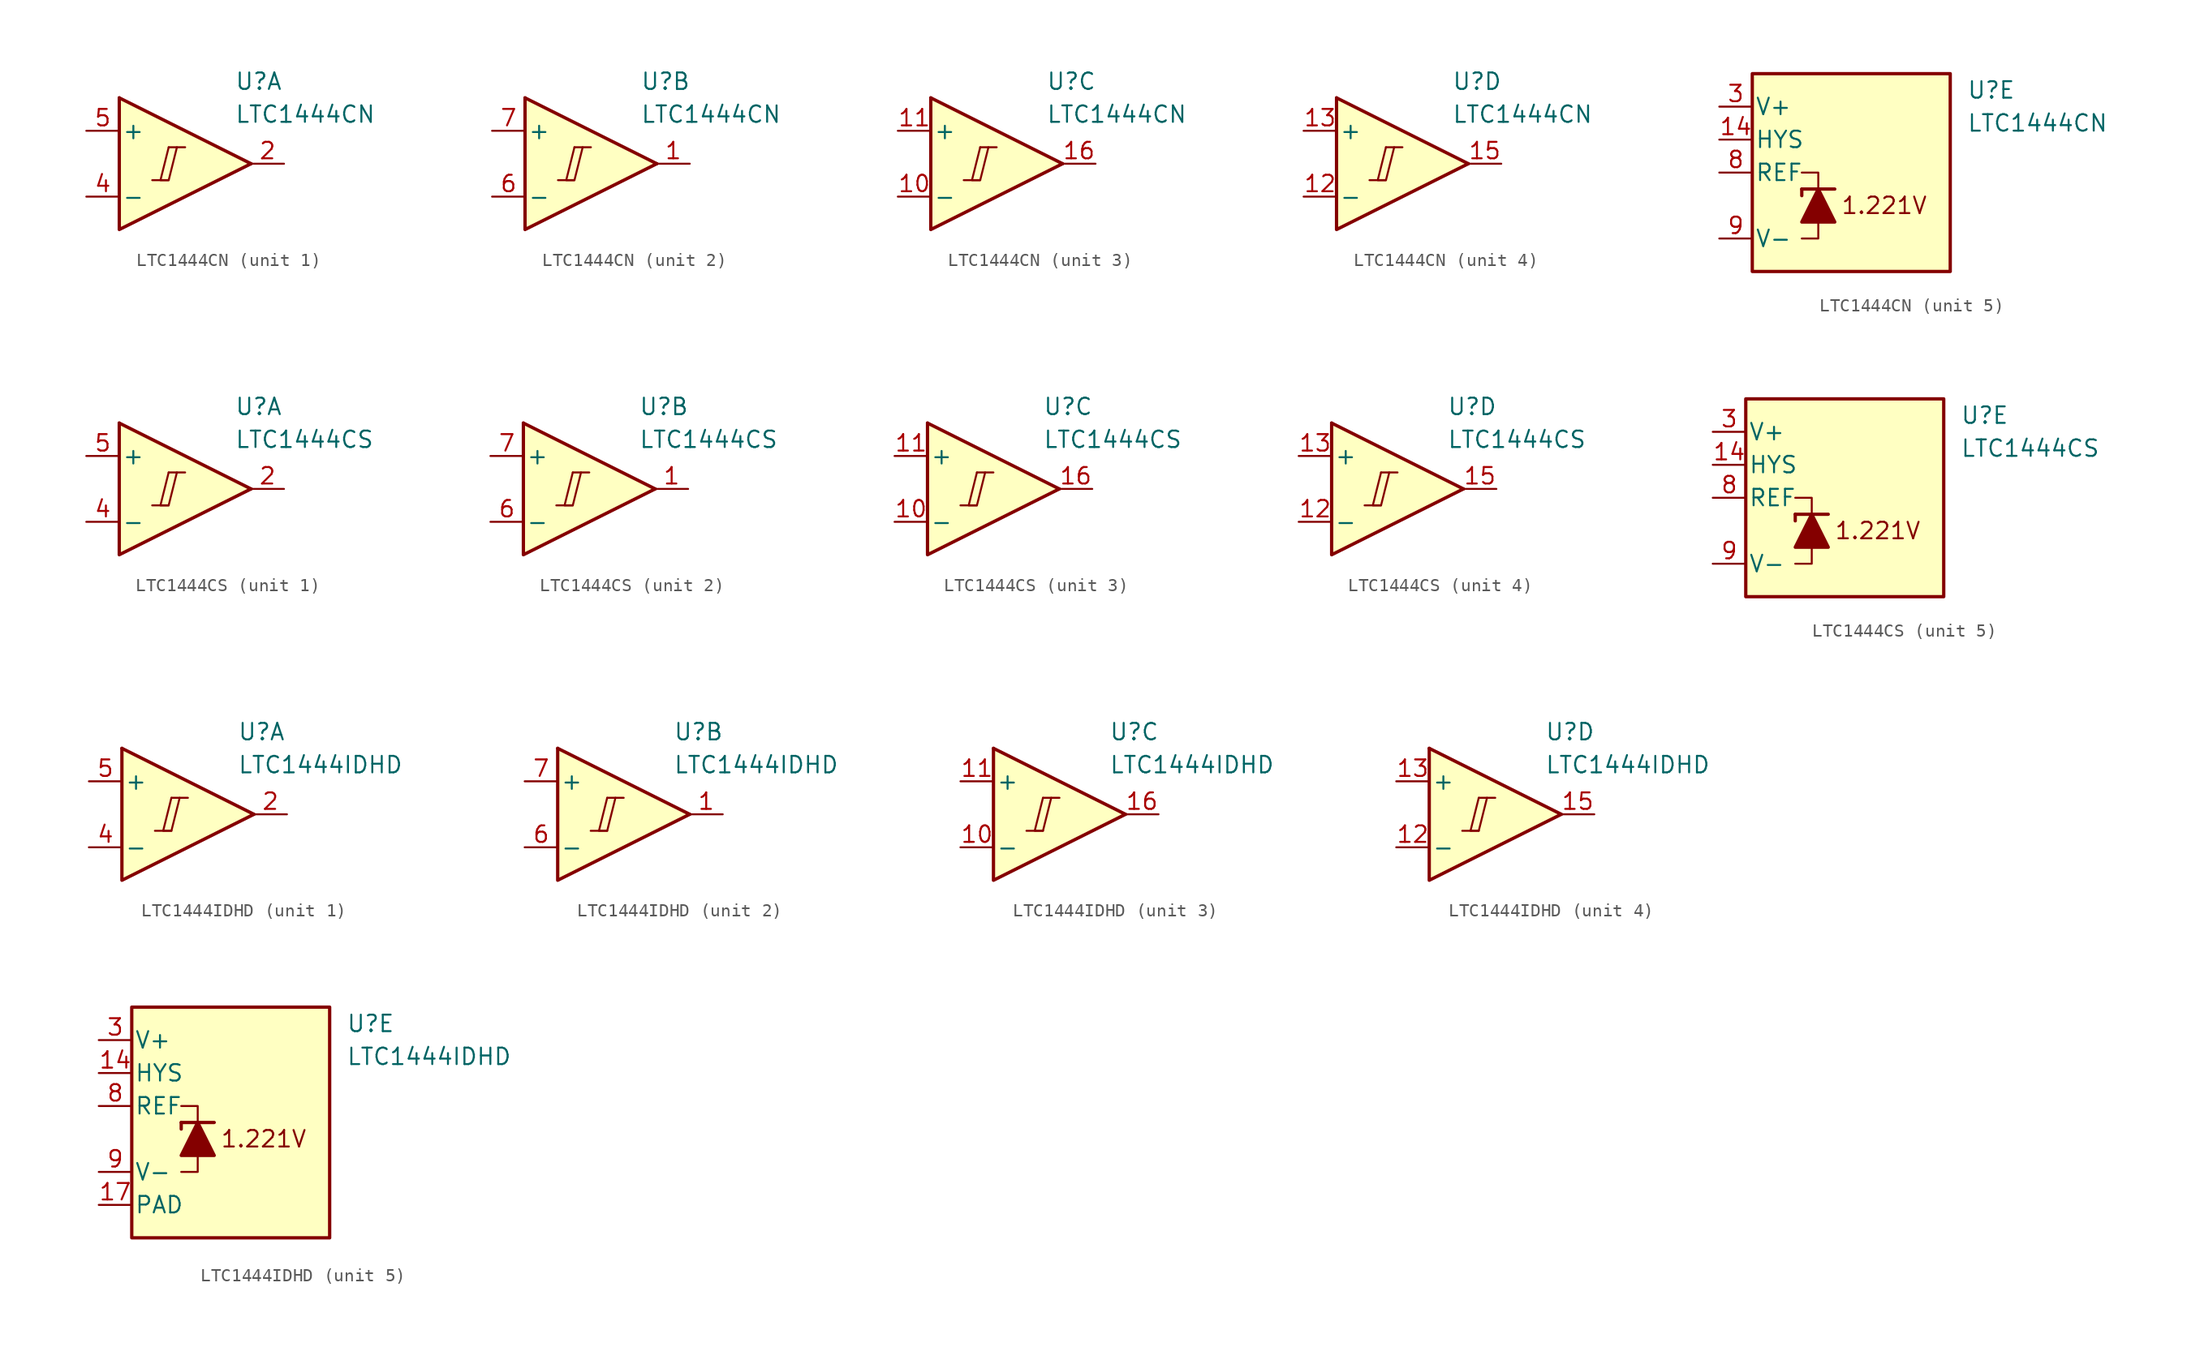
<source format=kicad_sym>
(kicad_symbol_lib
  (version 20231120)
  (generator "kicad_symbol_editor")
  (generator_version "8.0")
  (symbol "LTC1444CN"
    (pin_names
      (offset 0.2))
    (property "Reference" "U"
      (at 5.08 6.35 0)
      (effects (font (size 1.27 1.27)) (justify left)))
    (property "Value" "LTC1444CN"
      (at 5.08 3.81 0)
      (effects (font (size 1.27 1.27)) (justify left)))
    (property "ki_locked" ""
      (at 0 0 0)
      (effects (font (size 1.27 1.27))))
    (symbol "LTC1444CN_1_0"
      (polyline (pts (xy -1.27 -1.27) (xy 0 -1.27)) (stroke (width 0.152) (type default)) (fill (type none)))
      (polyline (pts (xy 0 1.27) (xy 1.27 1.27)) (stroke (width 0.152) (type default)) (fill (type none)))
      (polyline (pts (xy 0 1.27) (xy -0.635 -1.27) (xy 0 -1.27) (xy 0.635 1.27)) (stroke (width 0.152) (type default)) (fill (type none))))
    (symbol "LTC1444CN_1_1"
      (polyline (pts (xy -3.81 5.08) (xy 6.35 0)) (stroke (width 0.254) (type default)) (fill (type none)))
      (polyline (pts (xy -3.81 5.08) (xy -3.81 -5.08) (xy 6.35 0)) (stroke (width 0.254) (type default)) (fill (type background)))
      (pin output line (at 8.89 0 180) (length 2.54) (name "~" (effects (font (size 1.27 1.27)))) (number "2" (effects (font (size 1.27 1.27)))))
      (pin input line (at -6.35 -2.54 0) (length 2.54) (name "-" (effects (font (size 1.27 1.27)))) (number "4" (effects (font (size 1.27 1.27)))))
      (pin input line (at -6.35 2.54 0) (length 2.54) (name "+" (effects (font (size 1.27 1.27)))) (number "5" (effects (font (size 1.27 1.27))))))
    (symbol "LTC1444CN_2_0"
      (polyline (pts (xy -1.27 -1.27) (xy 0 -1.27)) (stroke (width 0.152) (type default)) (fill (type none)))
      (polyline (pts (xy 0 1.27) (xy 1.27 1.27)) (stroke (width 0.152) (type default)) (fill (type none)))
      (polyline (pts (xy 0 1.27) (xy -0.635 -1.27) (xy 0 -1.27) (xy 0.635 1.27)) (stroke (width 0.152) (type default)) (fill (type none))))
    (symbol "LTC1444CN_2_1"
      (polyline (pts (xy -3.81 5.08) (xy 6.35 0)) (stroke (width 0.254) (type default)) (fill (type none)))
      (polyline (pts (xy -3.81 5.08) (xy -3.81 -5.08) (xy 6.35 0)) (stroke (width 0.254) (type default)) (fill (type background)))
      (pin output line (at 8.89 0 180) (length 2.54) (name "~" (effects (font (size 1.27 1.27)))) (number "1" (effects (font (size 1.27 1.27)))))
      (pin input line (at -6.35 -2.54 0) (length 2.54) (name "-" (effects (font (size 1.27 1.27)))) (number "6" (effects (font (size 1.27 1.27)))))
      (pin input line (at -6.35 2.54 0) (length 2.54) (name "+" (effects (font (size 1.27 1.27)))) (number "7" (effects (font (size 1.27 1.27))))))
    (symbol "LTC1444CN_3_0"
      (polyline (pts (xy -1.27 -1.27) (xy 0 -1.27)) (stroke (width 0.152) (type default)) (fill (type none)))
      (polyline (pts (xy 0 1.27) (xy 1.27 1.27)) (stroke (width 0.152) (type default)) (fill (type none)))
      (polyline (pts (xy 0 1.27) (xy -0.635 -1.27) (xy 0 -1.27) (xy 0.635 1.27)) (stroke (width 0.152) (type default)) (fill (type none))))
    (symbol "LTC1444CN_3_1"
      (polyline (pts (xy -3.81 5.08) (xy 6.35 0)) (stroke (width 0.254) (type default)) (fill (type none)))
      (polyline (pts (xy -3.81 5.08) (xy -3.81 -5.08) (xy 6.35 0)) (stroke (width 0.254) (type default)) (fill (type background)))
      (pin input line (at -6.35 -2.54 0) (length 2.54) (name "-" (effects (font (size 1.27 1.27)))) (number "10" (effects (font (size 1.27 1.27)))))
      (pin input line (at -6.35 2.54 0) (length 2.54) (name "+" (effects (font (size 1.27 1.27)))) (number "11" (effects (font (size 1.27 1.27)))))
      (pin output line (at 8.89 0 180) (length 2.54) (name "~" (effects (font (size 1.27 1.27)))) (number "16" (effects (font (size 1.27 1.27))))))
    (symbol "LTC1444CN_4_0"
      (polyline (pts (xy -1.27 -1.27) (xy 0 -1.27)) (stroke (width 0.152) (type default)) (fill (type none)))
      (polyline (pts (xy 0 1.27) (xy 1.27 1.27)) (stroke (width 0.152) (type default)) (fill (type none)))
      (polyline (pts (xy 0 1.27) (xy -0.635 -1.27) (xy 0 -1.27) (xy 0.635 1.27)) (stroke (width 0.152) (type default)) (fill (type none))))
    (symbol "LTC1444CN_4_1"
      (polyline (pts (xy -3.81 5.08) (xy 6.35 0)) (stroke (width 0.254) (type default)) (fill (type none)))
      (polyline (pts (xy -3.81 5.08) (xy -3.81 -5.08) (xy 6.35 0)) (stroke (width 0.254) (type default)) (fill (type background)))
      (pin input line (at -6.35 -2.54 0) (length 2.54) (name "-" (effects (font (size 1.27 1.27)))) (number "12" (effects (font (size 1.27 1.27)))))
      (pin input line (at -6.35 2.54 0) (length 2.54) (name "+" (effects (font (size 1.27 1.27)))) (number "13" (effects (font (size 1.27 1.27)))))
      (pin output line (at 8.89 0 180) (length 2.54) (name "~" (effects (font (size 1.27 1.27)))) (number "15" (effects (font (size 1.27 1.27))))))
    (symbol "LTC1444CN_5_0"
      (text "1.221V" (at -1.27 -2.54 0) (effects (font (size 1.27 1.27)))))
    (symbol "LTC1444CN_5_1"
      (rectangle (start -11.43 7.62) (end 3.81 -7.62) (stroke (width 0.254) (type default)) (fill (type background)))
      (polyline (pts (xy -7.62 -1.27) (xy -7.62 -1.778)) (stroke (width 0.254) (type default)) (fill (type none)))
      (polyline (pts (xy -7.62 -1.27) (xy -5.08 -1.27)) (stroke (width 0.254) (type default)) (fill (type none)))
      (polyline (pts (xy -6.35 -3.81) (xy -6.35 -5.08) (xy -7.62 -5.08)) (stroke (width 0) (type default)) (fill (type none)))
      (polyline (pts (xy -6.35 -1.27) (xy -6.35 0) (xy -7.62 0)) (stroke (width 0) (type default)) (fill (type none)))
      (polyline (pts (xy -5.08 -3.81) (xy -7.62 -3.81) (xy -6.35 -1.27) (xy -5.08 -3.81)) (stroke (width 0.254) (type default)) (fill (type outline)))
      (pin input line (at -13.97 2.54 0) (length 2.54) (name "HYS" (effects (font (size 1.27 1.27)))) (number "14" (effects (font (size 1.27 1.27)))))
      (pin power_in line (at -13.97 5.08 0) (length 2.54) (name "V+" (effects (font (size 1.27 1.27)))) (number "3" (effects (font (size 1.27 1.27)))))
      (pin output line (at -13.97 0 0) (length 2.54) (name "REF" (effects (font (size 1.27 1.27)))) (number "8" (effects (font (size 1.27 1.27)))))
      (pin power_in line (at -13.97 -5.08 0) (length 2.54) (name "V-" (effects (font (size 1.27 1.27)))) (number "9" (effects (font (size 1.27 1.27)))))))
  (symbol "LTC1444CS"
    (pin_names
      (offset 0.2))
    (property "Reference" "U"
      (at 5.08 6.35 0)
      (effects (font (size 1.27 1.27)) (justify left)))
    (property "Value" "LTC1444CS"
      (at 5.08 3.81 0)
      (effects (font (size 1.27 1.27)) (justify left)))
    (property "ki_locked" ""
      (at 0 0 0)
      (effects (font (size 1.27 1.27))))
    (symbol "LTC1444CS_1_0"
      (polyline (pts (xy -1.27 -1.27) (xy 0 -1.27)) (stroke (width 0.152) (type default)) (fill (type none)))
      (polyline (pts (xy 0 1.27) (xy 1.27 1.27)) (stroke (width 0.152) (type default)) (fill (type none)))
      (polyline (pts (xy 0 1.27) (xy -0.635 -1.27) (xy 0 -1.27) (xy 0.635 1.27)) (stroke (width 0.152) (type default)) (fill (type none))))
    (symbol "LTC1444CS_1_1"
      (polyline (pts (xy -3.81 5.08) (xy 6.35 0)) (stroke (width 0.254) (type default)) (fill (type none)))
      (polyline (pts (xy -3.81 5.08) (xy -3.81 -5.08) (xy 6.35 0)) (stroke (width 0.254) (type default)) (fill (type background)))
      (pin output line (at 8.89 0 180) (length 2.54) (name "~" (effects (font (size 1.27 1.27)))) (number "2" (effects (font (size 1.27 1.27)))))
      (pin input line (at -6.35 -2.54 0) (length 2.54) (name "-" (effects (font (size 1.27 1.27)))) (number "4" (effects (font (size 1.27 1.27)))))
      (pin input line (at -6.35 2.54 0) (length 2.54) (name "+" (effects (font (size 1.27 1.27)))) (number "5" (effects (font (size 1.27 1.27))))))
    (symbol "LTC1444CS_2_0"
      (polyline (pts (xy -1.27 -1.27) (xy 0 -1.27)) (stroke (width 0.152) (type default)) (fill (type none)))
      (polyline (pts (xy 0 1.27) (xy 1.27 1.27)) (stroke (width 0.152) (type default)) (fill (type none)))
      (polyline (pts (xy 0 1.27) (xy -0.635 -1.27) (xy 0 -1.27) (xy 0.635 1.27)) (stroke (width 0.152) (type default)) (fill (type none))))
    (symbol "LTC1444CS_2_1"
      (polyline (pts (xy -3.81 5.08) (xy 6.35 0)) (stroke (width 0.254) (type default)) (fill (type none)))
      (polyline (pts (xy -3.81 5.08) (xy -3.81 -5.08) (xy 6.35 0)) (stroke (width 0.254) (type default)) (fill (type background)))
      (pin output line (at 8.89 0 180) (length 2.54) (name "~" (effects (font (size 1.27 1.27)))) (number "1" (effects (font (size 1.27 1.27)))))
      (pin input line (at -6.35 -2.54 0) (length 2.54) (name "-" (effects (font (size 1.27 1.27)))) (number "6" (effects (font (size 1.27 1.27)))))
      (pin input line (at -6.35 2.54 0) (length 2.54) (name "+" (effects (font (size 1.27 1.27)))) (number "7" (effects (font (size 1.27 1.27))))))
    (symbol "LTC1444CS_3_0"
      (polyline (pts (xy -1.27 -1.27) (xy 0 -1.27)) (stroke (width 0.152) (type default)) (fill (type none)))
      (polyline (pts (xy 0 1.27) (xy 1.27 1.27)) (stroke (width 0.152) (type default)) (fill (type none)))
      (polyline (pts (xy 0 1.27) (xy -0.635 -1.27) (xy 0 -1.27) (xy 0.635 1.27)) (stroke (width 0.152) (type default)) (fill (type none))))
    (symbol "LTC1444CS_3_1"
      (polyline (pts (xy -3.81 5.08) (xy 6.35 0)) (stroke (width 0.254) (type default)) (fill (type none)))
      (polyline (pts (xy -3.81 5.08) (xy -3.81 -5.08) (xy 6.35 0)) (stroke (width 0.254) (type default)) (fill (type background)))
      (pin input line (at -6.35 -2.54 0) (length 2.54) (name "-" (effects (font (size 1.27 1.27)))) (number "10" (effects (font (size 1.27 1.27)))))
      (pin input line (at -6.35 2.54 0) (length 2.54) (name "+" (effects (font (size 1.27 1.27)))) (number "11" (effects (font (size 1.27 1.27)))))
      (pin output line (at 8.89 0 180) (length 2.54) (name "~" (effects (font (size 1.27 1.27)))) (number "16" (effects (font (size 1.27 1.27))))))
    (symbol "LTC1444CS_4_0"
      (polyline (pts (xy -1.27 -1.27) (xy 0 -1.27)) (stroke (width 0.152) (type default)) (fill (type none)))
      (polyline (pts (xy 0 1.27) (xy 1.27 1.27)) (stroke (width 0.152) (type default)) (fill (type none)))
      (polyline (pts (xy 0 1.27) (xy -0.635 -1.27) (xy 0 -1.27) (xy 0.635 1.27)) (stroke (width 0.152) (type default)) (fill (type none))))
    (symbol "LTC1444CS_4_1"
      (polyline (pts (xy -3.81 5.08) (xy 6.35 0)) (stroke (width 0.254) (type default)) (fill (type none)))
      (polyline (pts (xy -3.81 5.08) (xy -3.81 -5.08) (xy 6.35 0)) (stroke (width 0.254) (type default)) (fill (type background)))
      (pin input line (at -6.35 -2.54 0) (length 2.54) (name "-" (effects (font (size 1.27 1.27)))) (number "12" (effects (font (size 1.27 1.27)))))
      (pin input line (at -6.35 2.54 0) (length 2.54) (name "+" (effects (font (size 1.27 1.27)))) (number "13" (effects (font (size 1.27 1.27)))))
      (pin output line (at 8.89 0 180) (length 2.54) (name "~" (effects (font (size 1.27 1.27)))) (number "15" (effects (font (size 1.27 1.27))))))
    (symbol "LTC1444CS_5_0"
      (text "1.221V" (at -1.27 -2.54 0) (effects (font (size 1.27 1.27)))))
    (symbol "LTC1444CS_5_1"
      (rectangle (start -11.43 7.62) (end 3.81 -7.62) (stroke (width 0.254) (type default)) (fill (type background)))
      (polyline (pts (xy -7.62 -1.27) (xy -7.62 -1.778)) (stroke (width 0.254) (type default)) (fill (type none)))
      (polyline (pts (xy -7.62 -1.27) (xy -5.08 -1.27)) (stroke (width 0.254) (type default)) (fill (type none)))
      (polyline (pts (xy -6.35 -3.81) (xy -6.35 -5.08) (xy -7.62 -5.08)) (stroke (width 0) (type default)) (fill (type none)))
      (polyline (pts (xy -6.35 -1.27) (xy -6.35 0) (xy -7.62 0)) (stroke (width 0) (type default)) (fill (type none)))
      (polyline (pts (xy -5.08 -3.81) (xy -7.62 -3.81) (xy -6.35 -1.27) (xy -5.08 -3.81)) (stroke (width 0.254) (type default)) (fill (type outline)))
      (pin input line (at -13.97 2.54 0) (length 2.54) (name "HYS" (effects (font (size 1.27 1.27)))) (number "14" (effects (font (size 1.27 1.27)))))
      (pin power_in line (at -13.97 5.08 0) (length 2.54) (name "V+" (effects (font (size 1.27 1.27)))) (number "3" (effects (font (size 1.27 1.27)))))
      (pin output line (at -13.97 0 0) (length 2.54) (name "REF" (effects (font (size 1.27 1.27)))) (number "8" (effects (font (size 1.27 1.27)))))
      (pin power_in line (at -13.97 -5.08 0) (length 2.54) (name "V-" (effects (font (size 1.27 1.27)))) (number "9" (effects (font (size 1.27 1.27)))))))
  (symbol "LTC1444IDHD"
    (pin_names
      (offset 0.2))
    (property "Reference" "U"
      (at 5.08 6.35 0)
      (effects (font (size 1.27 1.27)) (justify left)))
    (property "Value" "LTC1444IDHD"
      (at 5.08 3.81 0)
      (effects (font (size 1.27 1.27)) (justify left)))
    (property "ki_locked" ""
      (at 0 0 0)
      (effects (font (size 1.27 1.27))))
    (symbol "LTC1444IDHD_1_0"
      (polyline (pts (xy -1.27 -1.27) (xy 0 -1.27)) (stroke (width 0.152) (type default)) (fill (type none)))
      (polyline (pts (xy 0 1.27) (xy 1.27 1.27)) (stroke (width 0.152) (type default)) (fill (type none)))
      (polyline (pts (xy 0 1.27) (xy -0.635 -1.27) (xy 0 -1.27) (xy 0.635 1.27)) (stroke (width 0.152) (type default)) (fill (type none))))
    (symbol "LTC1444IDHD_1_1"
      (polyline (pts (xy -3.81 5.08) (xy 6.35 0)) (stroke (width 0.254) (type default)) (fill (type none)))
      (polyline (pts (xy -3.81 5.08) (xy -3.81 -5.08) (xy 6.35 0)) (stroke (width 0.254) (type default)) (fill (type background)))
      (pin output line (at 8.89 0 180) (length 2.54) (name "~" (effects (font (size 1.27 1.27)))) (number "2" (effects (font (size 1.27 1.27)))))
      (pin input line (at -6.35 -2.54 0) (length 2.54) (name "-" (effects (font (size 1.27 1.27)))) (number "4" (effects (font (size 1.27 1.27)))))
      (pin input line (at -6.35 2.54 0) (length 2.54) (name "+" (effects (font (size 1.27 1.27)))) (number "5" (effects (font (size 1.27 1.27))))))
    (symbol "LTC1444IDHD_2_0"
      (polyline (pts (xy -1.27 -1.27) (xy 0 -1.27)) (stroke (width 0.152) (type default)) (fill (type none)))
      (polyline (pts (xy 0 1.27) (xy 1.27 1.27)) (stroke (width 0.152) (type default)) (fill (type none)))
      (polyline (pts (xy 0 1.27) (xy -0.635 -1.27) (xy 0 -1.27) (xy 0.635 1.27)) (stroke (width 0.152) (type default)) (fill (type none))))
    (symbol "LTC1444IDHD_2_1"
      (polyline (pts (xy -3.81 5.08) (xy 6.35 0)) (stroke (width 0.254) (type default)) (fill (type none)))
      (polyline (pts (xy -3.81 5.08) (xy -3.81 -5.08) (xy 6.35 0)) (stroke (width 0.254) (type default)) (fill (type background)))
      (pin output line (at 8.89 0 180) (length 2.54) (name "~" (effects (font (size 1.27 1.27)))) (number "1" (effects (font (size 1.27 1.27)))))
      (pin input line (at -6.35 -2.54 0) (length 2.54) (name "-" (effects (font (size 1.27 1.27)))) (number "6" (effects (font (size 1.27 1.27)))))
      (pin input line (at -6.35 2.54 0) (length 2.54) (name "+" (effects (font (size 1.27 1.27)))) (number "7" (effects (font (size 1.27 1.27))))))
    (symbol "LTC1444IDHD_3_0"
      (polyline (pts (xy -1.27 -1.27) (xy 0 -1.27)) (stroke (width 0.152) (type default)) (fill (type none)))
      (polyline (pts (xy 0 1.27) (xy 1.27 1.27)) (stroke (width 0.152) (type default)) (fill (type none)))
      (polyline (pts (xy 0 1.27) (xy -0.635 -1.27) (xy 0 -1.27) (xy 0.635 1.27)) (stroke (width 0.152) (type default)) (fill (type none))))
    (symbol "LTC1444IDHD_3_1"
      (polyline (pts (xy -3.81 5.08) (xy 6.35 0)) (stroke (width 0.254) (type default)) (fill (type none)))
      (polyline (pts (xy -3.81 5.08) (xy -3.81 -5.08) (xy 6.35 0)) (stroke (width 0.254) (type default)) (fill (type background)))
      (pin input line (at -6.35 -2.54 0) (length 2.54) (name "-" (effects (font (size 1.27 1.27)))) (number "10" (effects (font (size 1.27 1.27)))))
      (pin input line (at -6.35 2.54 0) (length 2.54) (name "+" (effects (font (size 1.27 1.27)))) (number "11" (effects (font (size 1.27 1.27)))))
      (pin output line (at 8.89 0 180) (length 2.54) (name "~" (effects (font (size 1.27 1.27)))) (number "16" (effects (font (size 1.27 1.27))))))
    (symbol "LTC1444IDHD_4_0"
      (polyline (pts (xy -1.27 -1.27) (xy 0 -1.27)) (stroke (width 0.152) (type default)) (fill (type none)))
      (polyline (pts (xy 0 1.27) (xy 1.27 1.27)) (stroke (width 0.152) (type default)) (fill (type none)))
      (polyline (pts (xy 0 1.27) (xy -0.635 -1.27) (xy 0 -1.27) (xy 0.635 1.27)) (stroke (width 0.152) (type default)) (fill (type none))))
    (symbol "LTC1444IDHD_4_1"
      (polyline (pts (xy -3.81 5.08) (xy 6.35 0)) (stroke (width 0.254) (type default)) (fill (type none)))
      (polyline (pts (xy -3.81 5.08) (xy -3.81 -5.08) (xy 6.35 0)) (stroke (width 0.254) (type default)) (fill (type background)))
      (pin input line (at -6.35 -2.54 0) (length 2.54) (name "-" (effects (font (size 1.27 1.27)))) (number "12" (effects (font (size 1.27 1.27)))))
      (pin input line (at -6.35 2.54 0) (length 2.54) (name "+" (effects (font (size 1.27 1.27)))) (number "13" (effects (font (size 1.27 1.27)))))
      (pin output line (at 8.89 0 180) (length 2.54) (name "~" (effects (font (size 1.27 1.27)))) (number "15" (effects (font (size 1.27 1.27))))))
    (symbol "LTC1444IDHD_5_0"
      (text "1.221V" (at -1.27 -2.54 0) (effects (font (size 1.27 1.27)))))
    (symbol "LTC1444IDHD_5_1"
      (rectangle (start -11.43 7.62) (end 3.81 -10.16) (stroke (width 0.254) (type default)) (fill (type background)))
      (polyline (pts (xy -7.62 -1.27) (xy -7.62 -1.778)) (stroke (width 0.254) (type default)) (fill (type none)))
      (polyline (pts (xy -7.62 -1.27) (xy -5.08 -1.27)) (stroke (width 0.254) (type default)) (fill (type none)))
      (polyline (pts (xy -6.35 -3.81) (xy -6.35 -5.08) (xy -7.62 -5.08)) (stroke (width 0) (type default)) (fill (type none)))
      (polyline (pts (xy -6.35 -1.27) (xy -6.35 0) (xy -7.62 0)) (stroke (width 0) (type default)) (fill (type none)))
      (polyline (pts (xy -5.08 -3.81) (xy -7.62 -3.81) (xy -6.35 -1.27) (xy -5.08 -3.81)) (stroke (width 0.254) (type default)) (fill (type outline)))
      (pin input line (at -13.97 2.54 0) (length 2.54) (name "HYS" (effects (font (size 1.27 1.27)))) (number "14" (effects (font (size 1.27 1.27)))))
      (pin power_in line (at -13.97 -7.62 0) (length 2.54) (name "PAD" (effects (font (size 1.27 1.27)))) (number "17" (effects (font (size 1.27 1.27)))))
      (pin power_in line (at -13.97 5.08 0) (length 2.54) (name "V+" (effects (font (size 1.27 1.27)))) (number "3" (effects (font (size 1.27 1.27)))))
      (pin output line (at -13.97 0 0) (length 2.54) (name "REF" (effects (font (size 1.27 1.27)))) (number "8" (effects (font (size 1.27 1.27)))))
      (pin power_in line (at -13.97 -5.08 0) (length 2.54) (name "V-" (effects (font (size 1.27 1.27)))) (number "9" (effects (font (size 1.27 1.27))))))))
</source>
